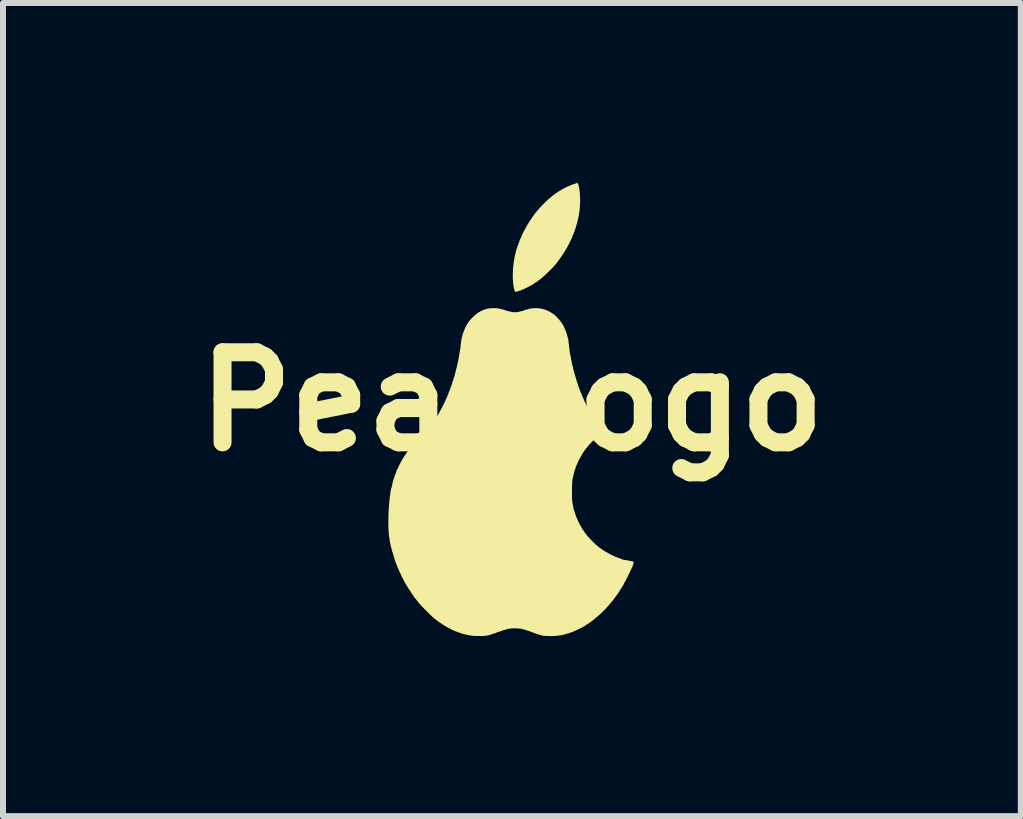
<source format=kicad_pcb>
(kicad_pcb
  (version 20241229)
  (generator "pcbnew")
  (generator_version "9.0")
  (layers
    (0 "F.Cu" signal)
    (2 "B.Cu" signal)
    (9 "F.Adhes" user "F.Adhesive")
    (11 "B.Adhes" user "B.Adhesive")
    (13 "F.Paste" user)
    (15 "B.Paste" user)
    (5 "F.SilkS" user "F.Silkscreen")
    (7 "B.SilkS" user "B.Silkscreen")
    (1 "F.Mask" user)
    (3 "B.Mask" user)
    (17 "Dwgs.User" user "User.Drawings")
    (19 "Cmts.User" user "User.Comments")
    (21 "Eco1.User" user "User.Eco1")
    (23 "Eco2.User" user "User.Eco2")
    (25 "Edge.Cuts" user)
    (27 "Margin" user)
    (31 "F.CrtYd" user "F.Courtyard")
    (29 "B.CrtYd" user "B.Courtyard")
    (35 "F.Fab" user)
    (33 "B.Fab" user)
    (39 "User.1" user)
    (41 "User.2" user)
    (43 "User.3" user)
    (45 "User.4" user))
  (footprint "PearLogo"
    (layer "F.Cu")
    (at 5.479 3.641)
    (property "Reference" "PearLogo" (at 0 0 0) (layer "F.SilkS") (effects (font (size 1.5 1.5) (thickness 0.3))))
    (attr board_only exclude_from_pos_files exclude_from_bom)
    (fp_poly (pts (xy 1.098 -3.637) (xy 1.104 -3.625) (xy 1.109 -3.61) (xy 1.122 -3.552) (xy 1.13 -3.485) (xy 1.135 -3.41) (xy 1.136 -3.331) (xy 1.132 -3.249) (xy 1.124 -3.169) (xy 1.112 -3.091) (xy 1.103 -3.049) (xy 1.091 -3) (xy 1.077 -2.95) (xy 1.063 -2.902) (xy 1.05 -2.859) (xy 1.037 -2.825) (xy 1.032 -2.811) (xy 1.016 -2.773) (xy 1.005 -2.746) (xy 1 -2.73) (xy 0.999 -2.723) (xy 0.995 -2.715) (xy 0.992 -2.714) (xy 0.986 -2.709) (xy 0.985 -2.706) (xy 0.982 -2.697) (xy 0.975 -2.68) (xy 0.965 -2.658) (xy 0.954 -2.635) (xy 0.943 -2.614) (xy 0.935 -2.599) (xy 0.931 -2.594) (xy 0.926 -2.585) (xy 0.922 -2.574) (xy 0.916 -2.56) (xy 0.912 -2.553) (xy 0.906 -2.546) (xy 0.896 -2.531) (xy 0.883 -2.51) (xy 0.881 -2.506) (xy 0.818 -2.408) (xy 0.748 -2.314) (xy 0.717 -2.275) (xy 0.698 -2.254) (xy 0.673 -2.227) (xy 0.643 -2.197) (xy 0.61 -2.164) (xy 0.576 -2.132) (xy 0.543 -2.1) (xy 0.512 -2.073) (xy 0.486 -2.05) (xy 0.466 -2.034) (xy 0.457 -2.028) (xy 0.443 -2.018) (xy 0.438 -2.014) (xy 0.42 -1.999) (xy 0.41 -1.992) (xy 0.405 -1.99) (xy 0.398 -1.987) (xy 0.385 -1.979) (xy 0.37 -1.969) (xy 0.358 -1.96) (xy 0.355 -1.957) (xy 0.345 -1.95) (xy 0.326 -1.94) (xy 0.301 -1.926) (xy 0.272 -1.911) (xy 0.242 -1.896) (xy 0.214 -1.883) (xy 0.191 -1.873) (xy 0.176 -1.867) (xy 0.174 -1.866) (xy 0.16 -1.861) (xy 0.154 -1.856) (xy 0.148 -1.851) (xy 0.139 -1.85) (xy 0.122 -1.847) (xy 0.105 -1.84) (xy 0.085 -1.832) (xy 0.067 -1.83) (xy 0.054 -1.832) (xy 0.047 -1.841) (xy 0.042 -1.855) (xy 0.028 -1.915) (xy 0.019 -1.986) (xy 0.014 -2.064) (xy 0.015 -2.147) (xy 0.019 -2.232) (xy 0.029 -2.317) (xy 0.042 -2.4) (xy 0.049 -2.433) (xy 0.06 -2.476) (xy 0.068 -2.509) (xy 0.075 -2.534) (xy 0.082 -2.552) (xy 0.084 -2.558) (xy 0.091 -2.576) (xy 0.094 -2.592) (xy 0.094 -2.593) (xy 0.097 -2.605) (xy 0.1 -2.61) (xy 0.106 -2.619) (xy 0.111 -2.634) (xy 0.111 -2.634) (xy 0.117 -2.656) (xy 0.125 -2.673) (xy 0.131 -2.69) (xy 0.134 -2.703) (xy 0.137 -2.712) (xy 0.14 -2.714) (xy 0.146 -2.72) (xy 0.151 -2.733) (xy 0.157 -2.75) (xy 0.169 -2.777) (xy 0.185 -2.81) (xy 0.203 -2.847) (xy 0.223 -2.884) (xy 0.243 -2.92) (xy 0.262 -2.952) (xy 0.276 -2.974) (xy 0.287 -2.992) (xy 0.294 -3.005) (xy 0.295 -3.009) (xy 0.3 -3.017) (xy 0.3 -3.017) (xy 0.307 -3.024) (xy 0.317 -3.037) (xy 0.327 -3.051) (xy 0.334 -3.063) (xy 0.335 -3.066) (xy 0.339 -3.074) (xy 0.342 -3.078) (xy 0.36 -3.1) (xy 0.371 -3.114) (xy 0.375 -3.121) (xy 0.375 -3.122) (xy 0.379 -3.129) (xy 0.39 -3.142) (xy 0.397 -3.151) (xy 0.413 -3.169) (xy 0.433 -3.192) (xy 0.449 -3.211) (xy 0.475 -3.24) (xy 0.508 -3.274) (xy 0.543 -3.311) (xy 0.579 -3.345) (xy 0.611 -3.374) (xy 0.623 -3.384) (xy 0.643 -3.401) (xy 0.661 -3.417) (xy 0.671 -3.426) (xy 0.682 -3.435) (xy 0.687 -3.438) (xy 0.693 -3.442) (xy 0.708 -3.452) (xy 0.727 -3.466) (xy 0.729 -3.468) (xy 0.753 -3.485) (xy 0.777 -3.501) (xy 0.794 -3.512) (xy 0.816 -3.524) (xy 0.837 -3.536) (xy 0.841 -3.539) (xy 0.873 -3.557) (xy 0.912 -3.576) (xy 0.942 -3.589) (xy 0.964 -3.598) (xy 0.985 -3.608) (xy 0.989 -3.609) (xy 1.01 -3.618) (xy 1.029 -3.623) (xy 1.045 -3.628) (xy 1.056 -3.632) (xy 1.067 -3.637) (xy 1.08 -3.641) (xy 1.091 -3.641)) (stroke (width 0) (type solid)) (fill yes) (layer "F.SilkS"))
    (fp_poly (pts (xy 0.473 -1.552) (xy 0.543 -1.535) (xy 0.566 -1.527) (xy 0.592 -1.516) (xy 0.616 -1.505) (xy 0.641 -1.49) (xy 0.671 -1.472) (xy 0.703 -1.451) (xy 0.716 -1.439) (xy 0.736 -1.421) (xy 0.758 -1.398) (xy 0.78 -1.374) (xy 0.798 -1.352) (xy 0.809 -1.338) (xy 0.82 -1.322) (xy 0.829 -1.31) (xy 0.831 -1.307) (xy 0.842 -1.292) (xy 0.855 -1.268) (xy 0.87 -1.237) (xy 0.886 -1.202) (xy 0.9 -1.167) (xy 0.912 -1.134) (xy 0.92 -1.107) (xy 0.921 -1.099) (xy 0.926 -1.079) (xy 0.931 -1.063) (xy 0.932 -1.062) (xy 0.934 -1.057) (xy 0.936 -1.048) (xy 0.938 -1.035) (xy 0.941 -1.016) (xy 0.944 -0.99) (xy 0.948 -0.954) (xy 0.953 -0.908) (xy 0.959 -0.861) (xy 0.962 -0.833) (xy 0.966 -0.81) (xy 0.968 -0.794) (xy 0.969 -0.791) (xy 0.972 -0.78) (xy 0.977 -0.759) (xy 0.982 -0.734) (xy 0.982 -0.731) (xy 0.99 -0.684) (xy 0.997 -0.649) (xy 1.002 -0.624) (xy 1.006 -0.606) (xy 1.01 -0.595) (xy 1.012 -0.589) (xy 1.018 -0.572) (xy 1.019 -0.564) (xy 1.02 -0.551) (xy 1.025 -0.53) (xy 1.029 -0.515) (xy 1.037 -0.486) (xy 1.046 -0.455) (xy 1.05 -0.442) (xy 1.058 -0.416) (xy 1.066 -0.39) (xy 1.069 -0.379) (xy 1.076 -0.355) (xy 1.082 -0.333) (xy 1.082 -0.33) (xy 1.087 -0.314) (xy 1.093 -0.305) (xy 1.093 -0.305) (xy 1.098 -0.296) (xy 1.099 -0.286) (xy 1.102 -0.27) (xy 1.109 -0.252) (xy 1.116 -0.237) (xy 1.119 -0.226) (xy 1.119 -0.225) (xy 1.122 -0.214) (xy 1.129 -0.2) (xy 1.137 -0.179) (xy 1.143 -0.161) (xy 1.147 -0.147) (xy 1.153 -0.141) (xy 1.153 -0.141) (xy 1.159 -0.135) (xy 1.159 -0.13) (xy 1.161 -0.12) (xy 1.166 -0.105) (xy 1.175 -0.083) (xy 1.19 -0.051) (xy 1.194 -0.043) (xy 1.201 -0.024) (xy 1.206 -0.011) (xy 1.206 -0.008) (xy 1.211 -0.000397) (xy 1.213 0) (xy 1.219 0.005) (xy 1.22 0.008) (xy 1.223 0.017) (xy 1.23 0.035) (xy 1.24 0.057) (xy 1.251 0.08) (xy 1.262 0.101) (xy 1.27 0.116) (xy 1.274 0.121) (xy 1.279 0.129) (xy 1.284 0.142) (xy 1.289 0.156) (xy 1.294 0.161) (xy 1.3 0.166) (xy 1.3 0.168) (xy 1.303 0.178) (xy 1.312 0.194) (xy 1.324 0.214) (xy 1.336 0.234) (xy 1.347 0.251) (xy 1.354 0.26) (xy 1.355 0.26) (xy 1.36 0.268) (xy 1.36 0.269) (xy 1.364 0.278) (xy 1.373 0.293) (xy 1.384 0.308) (xy 1.393 0.319) (xy 1.396 0.321) (xy 1.401 0.328) (xy 1.401 0.329) (xy 1.405 0.337) (xy 1.414 0.352) (xy 1.427 0.37) (xy 1.44 0.386) (xy 1.451 0.398) (xy 1.455 0.401) (xy 1.461 0.408) (xy 1.461 0.409) (xy 1.465 0.417) (xy 1.475 0.43) (xy 1.481 0.437) (xy 1.503 0.462) (xy 1.518 0.48) (xy 1.526 0.491) (xy 1.53 0.499) (xy 1.529 0.505) (xy 1.526 0.51) (xy 1.517 0.52) (xy 1.511 0.523) (xy 1.501 0.527) (xy 1.487 0.536) (xy 1.474 0.547) (xy 1.464 0.554) (xy 1.418 0.592) (xy 1.37 0.634) (xy 1.325 0.678) (xy 1.286 0.719) (xy 1.263 0.747) (xy 1.248 0.766) (xy 1.236 0.781) (xy 1.23 0.788) (xy 1.221 0.8) (xy 1.215 0.808) (xy 1.206 0.821) (xy 1.193 0.839) (xy 1.183 0.854) (xy 1.17 0.873) (xy 1.162 0.888) (xy 1.159 0.895) (xy 1.156 0.905) (xy 1.154 0.906) (xy 1.149 0.912) (xy 1.139 0.929) (xy 1.127 0.952) (xy 1.114 0.978) (xy 1.095 1.019) (xy 1.081 1.05) (xy 1.071 1.072) (xy 1.064 1.088) (xy 1.061 1.099) (xy 1.059 1.107) (xy 1.059 1.111) (xy 1.056 1.125) (xy 1.053 1.13) (xy 1.046 1.141) (xy 1.039 1.165) (xy 1.031 1.199) (xy 1.024 1.23) (xy 1.019 1.254) (xy 1.013 1.276) (xy 1.011 1.283) (xy 1.008 1.298) (xy 1.006 1.323) (xy 1.004 1.357) (xy 1.002 1.398) (xy 1.001 1.442) (xy 1 1.489) (xy 1 1.534) (xy 1 1.577) (xy 1.001 1.615) (xy 1.003 1.644) (xy 1.005 1.664) (xy 1.005 1.665) (xy 1.01 1.695) (xy 1.016 1.725) (xy 1.018 1.74) (xy 1.023 1.765) (xy 1.029 1.789) (xy 1.031 1.797) (xy 1.037 1.815) (xy 1.045 1.841) (xy 1.052 1.863) (xy 1.061 1.891) (xy 1.068 1.912) (xy 1.076 1.931) (xy 1.087 1.955) (xy 1.091 1.964) (xy 1.1 1.984) (xy 1.105 1.998) (xy 1.106 2.003) (xy 1.11 2.01) (xy 1.112 2.011) (xy 1.118 2.016) (xy 1.122 2.03) (xy 1.123 2.031) (xy 1.127 2.045) (xy 1.133 2.051) (xy 1.133 2.051) (xy 1.139 2.056) (xy 1.139 2.058) (xy 1.143 2.068) (xy 1.151 2.084) (xy 1.163 2.104) (xy 1.175 2.124) (xy 1.186 2.141) (xy 1.193 2.15) (xy 1.194 2.15) (xy 1.2 2.158) (xy 1.2 2.158) (xy 1.204 2.168) (xy 1.216 2.185) (xy 1.234 2.209) (xy 1.258 2.239) (xy 1.26 2.242) (xy 1.272 2.256) (xy 1.29 2.275) (xy 1.312 2.298) (xy 1.335 2.322) (xy 1.358 2.345) (xy 1.379 2.365) (xy 1.396 2.381) (xy 1.406 2.391) (xy 1.409 2.392) (xy 1.416 2.397) (xy 1.429 2.407) (xy 1.434 2.411) (xy 1.447 2.423) (xy 1.458 2.433) (xy 1.471 2.442) (xy 1.487 2.453) (xy 1.51 2.469) (xy 1.525 2.479) (xy 1.546 2.492) (xy 1.575 2.508) (xy 1.607 2.526) (xy 1.64 2.544) (xy 1.673 2.56) (xy 1.703 2.575) (xy 1.727 2.586) (xy 1.743 2.592) (xy 1.748 2.594) (xy 1.758 2.596) (xy 1.773 2.603) (xy 1.774 2.604) (xy 1.792 2.611) (xy 1.807 2.614) (xy 1.822 2.618) (xy 1.828 2.623) (xy 1.837 2.629) (xy 1.855 2.634) (xy 1.866 2.636) (xy 1.889 2.639) (xy 1.916 2.643) (xy 1.946 2.649) (xy 1.975 2.655) (xy 2 2.66) (xy 2.018 2.665) (xy 2.026 2.668) (xy 2.028 2.677) (xy 2.025 2.694) (xy 2.019 2.716) (xy 2.011 2.74) (xy 2.003 2.76) (xy 1.998 2.768) (xy 1.989 2.786) (xy 1.984 2.8) (xy 1.984 2.803) (xy 1.981 2.813) (xy 1.977 2.815) (xy 1.971 2.82) (xy 1.97 2.823) (xy 1.967 2.831) (xy 1.96 2.849) (xy 1.948 2.873) (xy 1.935 2.902) (xy 1.92 2.931) (xy 1.906 2.96) (xy 1.892 2.985) (xy 1.882 3.004) (xy 1.876 3.014) (xy 1.875 3.015) (xy 1.87 3.022) (xy 1.87 3.025) (xy 1.866 3.034) (xy 1.857 3.051) (xy 1.846 3.069) (xy 1.834 3.088) (xy 1.826 3.103) (xy 1.823 3.11) (xy 1.818 3.116) (xy 1.816 3.116) (xy 1.81 3.122) (xy 1.809 3.124) (xy 1.806 3.132) (xy 1.797 3.148) (xy 1.784 3.169) (xy 1.769 3.191) (xy 1.755 3.212) (xy 1.744 3.228) (xy 1.736 3.237) (xy 1.73 3.244) (xy 1.72 3.258) (xy 1.714 3.268) (xy 1.7 3.287) (xy 1.688 3.303) (xy 1.684 3.308) (xy 1.673 3.32) (xy 1.658 3.338) (xy 1.646 3.354) (xy 1.599 3.409) (xy 1.545 3.467) (xy 1.486 3.525) (xy 1.428 3.578) (xy 1.384 3.614) (xy 1.375 3.622) (xy 1.36 3.633) (xy 1.357 3.636) (xy 1.339 3.651) (xy 1.317 3.667) (xy 1.31 3.671) (xy 1.294 3.683) (xy 1.283 3.692) (xy 1.281 3.694) (xy 1.274 3.699) (xy 1.273 3.699) (xy 1.264 3.703) (xy 1.249 3.711) (xy 1.234 3.722) (xy 1.222 3.731) (xy 1.22 3.733) (xy 1.21 3.739) (xy 1.191 3.75) (xy 1.166 3.764) (xy 1.137 3.778) (xy 1.107 3.793) (xy 1.078 3.806) (xy 1.055 3.817) (xy 1.04 3.823) (xy 1.037 3.824) (xy 1.024 3.829) (xy 1.019 3.834) (xy 1.013 3.839) (xy 1.004 3.84) (xy 0.986 3.843) (xy 0.971 3.849) (xy 0.953 3.857) (xy 0.93 3.863) (xy 0.928 3.863) (xy 0.909 3.867) (xy 0.896 3.872) (xy 0.895 3.873) (xy 0.883 3.877) (xy 0.86 3.883) (xy 0.83 3.889) (xy 0.795 3.895) (xy 0.757 3.9) (xy 0.751 3.901) (xy 0.723 3.904) (xy 0.69 3.905) (xy 0.652 3.906) (xy 0.614 3.905) (xy 0.577 3.904) (xy 0.543 3.902) (xy 0.517 3.9) (xy 0.499 3.897) (xy 0.494 3.894) (xy 0.481 3.888) (xy 0.475 3.887) (xy 0.461 3.885) (xy 0.44 3.879) (xy 0.413 3.871) (xy 0.386 3.861) (xy 0.363 3.852) (xy 0.358 3.85) (xy 0.341 3.843) (xy 0.33 3.84) (xy 0.33 3.84) (xy 0.32 3.837) (xy 0.304 3.83) (xy 0.304 3.83) (xy 0.287 3.823) (xy 0.274 3.82) (xy 0.26 3.817) (xy 0.244 3.81) (xy 0.226 3.803) (xy 0.212 3.8) (xy 0.196 3.797) (xy 0.187 3.793) (xy 0.168 3.787) (xy 0.14 3.782) (xy 0.105 3.779) (xy 0.065 3.777) (xy 0.026 3.777) (xy -0.011 3.779) (xy -0.019 3.78) (xy -0.047 3.783) (xy -0.071 3.787) (xy -0.086 3.791) (xy -0.09 3.793) (xy -0.101 3.797) (xy -0.119 3.802) (xy -0.124 3.803) (xy -0.143 3.807) (xy -0.156 3.812) (xy -0.157 3.813) (xy -0.167 3.817) (xy -0.185 3.824) (xy -0.209 3.831) (xy -0.214 3.833) (xy -0.239 3.841) (xy -0.259 3.849) (xy -0.27 3.854) (xy -0.271 3.855) (xy -0.283 3.86) (xy -0.287 3.86) (xy -0.299 3.863) (xy -0.316 3.869) (xy -0.317 3.869) (xy -0.351 3.881) (xy -0.394 3.893) (xy -0.432 3.9) (xy -0.457 3.903) (xy -0.491 3.905) (xy -0.531 3.905) (xy -0.573 3.905) (xy -0.614 3.904) (xy -0.649 3.902) (xy -0.667 3.9) (xy -0.716 3.892) (xy -0.767 3.882) (xy -0.816 3.869) (xy -0.858 3.856) (xy -0.88 3.848) (xy -0.895 3.842) (xy -0.904 3.84) (xy -0.914 3.837) (xy -0.929 3.83) (xy -0.929 3.83) (xy -0.946 3.823) (xy -0.96 3.82) (xy -0.97 3.817) (xy -0.972 3.814) (xy -0.978 3.808) (xy -0.991 3.803) (xy -0.992 3.803) (xy -1.006 3.799) (xy -1.012 3.794) (xy -1.012 3.793) (xy -1.018 3.788) (xy -1.03 3.783) (xy -1.045 3.779) (xy -1.052 3.774) (xy -1.06 3.769) (xy -1.075 3.76) (xy -1.086 3.754) (xy -1.104 3.744) (xy -1.128 3.729) (xy -1.154 3.712) (xy -1.18 3.696) (xy -1.202 3.681) (xy -1.216 3.671) (xy -1.216 3.671) (xy -1.226 3.664) (xy -1.241 3.653) (xy -1.245 3.65) (xy -1.27 3.631) (xy -1.296 3.61) (xy -1.325 3.585) (xy -1.358 3.554) (xy -1.397 3.516) (xy -1.424 3.488) (xy -1.46 3.452) (xy -1.488 3.423) (xy -1.511 3.4) (xy -1.53 3.379) (xy -1.547 3.359) (xy -1.564 3.337) (xy -1.584 3.312) (xy -1.59 3.304) (xy -1.606 3.284) (xy -1.62 3.268) (xy -1.628 3.259) (xy -1.629 3.258) (xy -1.635 3.251) (xy -1.635 3.25) (xy -1.639 3.24) (xy -1.648 3.225) (xy -1.659 3.21) (xy -1.668 3.2) (xy -1.67 3.198) (xy -1.675 3.19) (xy -1.675 3.189) (xy -1.679 3.181) (xy -1.688 3.166) (xy -1.698 3.151) (xy -1.707 3.139) (xy -1.709 3.136) (xy -1.715 3.128) (xy -1.718 3.123) (xy -1.73 3.102) (xy -1.742 3.082) (xy -1.747 3.075) (xy -1.757 3.06) (xy -1.772 3.034) (xy -1.79 3.001) (xy -1.81 2.963) (xy -1.831 2.921) (xy -1.852 2.877) (xy -1.872 2.835) (xy -1.889 2.797) (xy -1.904 2.763) (xy -1.91 2.748) (xy -1.919 2.725) (xy -1.926 2.706) (xy -1.93 2.697) (xy -1.936 2.681) (xy -1.945 2.655) (xy -1.955 2.625) (xy -1.965 2.594) (xy -1.974 2.566) (xy -1.979 2.545) (xy -1.981 2.54) (xy -1.985 2.522) (xy -1.99 2.511) (xy -1.99 2.51) (xy -1.995 2.5) (xy -1.999 2.481) (xy -2.001 2.473) (xy -2.004 2.453) (xy -2.008 2.439) (xy -2.01 2.436) (xy -2.014 2.425) (xy -2.019 2.4) (xy -2.027 2.362) (xy -2.037 2.311) (xy -2.041 2.285) (xy -2.05 2.22) (xy -2.056 2.143) (xy -2.059 2.057) (xy -2.059 1.965) (xy -2.057 1.868) (xy -2.051 1.769) (xy -2.043 1.669) (xy -2.032 1.571) (xy -2.024 1.511) (xy -2.019 1.484) (xy -2.015 1.461) (xy -2.011 1.446) (xy -2.01 1.444) (xy -2.005 1.43) (xy -2 1.409) (xy -1.998 1.397) (xy -1.99 1.362) (xy -1.983 1.33) (xy -1.976 1.306) (xy -1.971 1.293) (xy -1.966 1.28) (xy -1.961 1.261) (xy -1.96 1.26) (xy -1.955 1.241) (xy -1.95 1.227) (xy -1.949 1.227) (xy -1.943 1.213) (xy -1.935 1.191) (xy -1.926 1.167) (xy -1.92 1.146) (xy -1.919 1.141) (xy -1.914 1.129) (xy -1.909 1.126) (xy -1.904 1.121) (xy -1.903 1.118) (xy -1.9 1.108) (xy -1.892 1.089) (xy -1.88 1.064) (xy -1.865 1.035) (xy -1.85 1.006) (xy -1.835 0.979) (xy -1.822 0.956) (xy -1.816 0.947) (xy -1.805 0.929) (xy -1.798 0.916) (xy -1.796 0.912) (xy -1.791 0.904) (xy -1.791 0.904) (xy -1.783 0.896) (xy -1.773 0.883) (xy -1.763 0.867) (xy -1.757 0.855) (xy -1.756 0.852) (xy -1.751 0.844) (xy -1.75 0.843) (xy -1.744 0.837) (xy -1.731 0.823) (xy -1.715 0.803) (xy -1.709 0.795) (xy -1.692 0.773) (xy -1.676 0.753) (xy -1.665 0.74) (xy -1.663 0.738) (xy -1.651 0.725) (xy -1.637 0.708) (xy -1.635 0.705) (xy -1.624 0.692) (xy -1.605 0.671) (xy -1.58 0.644) (xy -1.55 0.612) (xy -1.518 0.578) (xy -1.485 0.543) (xy -1.453 0.509) (xy -1.434 0.49) (xy -1.406 0.46) (xy -1.385 0.438) (xy -1.37 0.419) (xy -1.358 0.402) (xy -1.353 0.395) (xy -1.341 0.379) (xy -1.332 0.368) (xy -1.32 0.352) (xy -1.307 0.334) (xy -1.297 0.318) (xy -1.293 0.309) (xy -1.293 0.309) (xy -1.288 0.302) (xy -1.287 0.302) (xy -1.279 0.296) (xy -1.273 0.287) (xy -1.264 0.268) (xy -1.254 0.251) (xy -1.246 0.241) (xy -1.24 0.233) (xy -1.23 0.217) (xy -1.217 0.195) (xy -1.204 0.171) (xy -1.192 0.148) (xy -1.182 0.131) (xy -1.174 0.114) (xy -1.167 0.102) (xy -1.165 0.1) (xy -1.16 0.092) (xy -1.156 0.079) (xy -1.151 0.065) (xy -1.146 0.06) (xy -1.141 0.055) (xy -1.136 0.041) (xy -1.136 0.04) (xy -1.131 0.026) (xy -1.125 0.02) (xy -1.125 0.02) (xy -1.12 0.015) (xy -1.119 0.012) (xy -1.117 0.002) (xy -1.11 -0.015) (xy -1.105 -0.026) (xy -1.095 -0.047) (xy -1.088 -0.065) (xy -1.085 -0.07) (xy -1.079 -0.084) (xy -1.071 -0.105) (xy -1.066 -0.115) (xy -1.058 -0.135) (xy -1.053 -0.151) (xy -1.052 -0.157) (xy -1.049 -0.168) (xy -1.046 -0.171) (xy -1.04 -0.179) (xy -1.035 -0.195) (xy -1.035 -0.195) (xy -1.029 -0.217) (xy -1.021 -0.233) (xy -1.015 -0.249) (xy -1.012 -0.259) (xy -1.009 -0.27) (xy -1.002 -0.285) (xy -1.002 -0.286) (xy -0.995 -0.306) (xy -0.992 -0.323) (xy -0.99 -0.337) (xy -0.986 -0.342) (xy -0.981 -0.348) (xy -0.976 -0.363) (xy -0.975 -0.37) (xy -0.971 -0.389) (xy -0.966 -0.403) (xy -0.965 -0.405) (xy -0.961 -0.415) (xy -0.955 -0.434) (xy -0.952 -0.446) (xy -0.946 -0.472) (xy -0.938 -0.502) (xy -0.934 -0.519) (xy -0.923 -0.564) (xy -0.914 -0.597) (xy -0.908 -0.624) (xy -0.903 -0.646) (xy -0.899 -0.666) (xy -0.894 -0.687) (xy -0.894 -0.69) (xy -0.888 -0.723) (xy -0.881 -0.758) (xy -0.877 -0.784) (xy -0.873 -0.813) (xy -0.868 -0.841) (xy -0.864 -0.858) (xy -0.861 -0.88) (xy -0.857 -0.909) (xy -0.854 -0.939) (xy -0.854 -0.942) (xy -0.847 -1) (xy -0.836 -1.059) (xy -0.822 -1.116) (xy -0.805 -1.165) (xy -0.8 -1.177) (xy -0.794 -1.192) (xy -0.791 -1.201) (xy -0.791 -1.201) (xy -0.788 -1.21) (xy -0.78 -1.227) (xy -0.77 -1.247) (xy -0.76 -1.267) (xy -0.751 -1.283) (xy -0.75 -1.283) (xy -0.74 -1.299) (xy -0.733 -1.312) (xy -0.733 -1.312) (xy -0.721 -1.331) (xy -0.702 -1.354) (xy -0.678 -1.38) (xy -0.651 -1.408) (xy -0.623 -1.434) (xy -0.595 -1.458) (xy -0.571 -1.477) (xy -0.551 -1.49) (xy -0.538 -1.495) (xy -0.53 -1.498) (xy -0.529 -1.501) (xy -0.524 -1.506) (xy -0.51 -1.511) (xy -0.509 -1.511) (xy -0.495 -1.516) (xy -0.489 -1.521) (xy -0.489 -1.521) (xy -0.483 -1.526) (xy -0.469 -1.53) (xy -0.464 -1.531) (xy -0.446 -1.536) (xy -0.433 -1.541) (xy -0.432 -1.542) (xy -0.42 -1.546) (xy -0.398 -1.55) (xy -0.369 -1.554) (xy -0.336 -1.556) (xy -0.302 -1.558) (xy -0.271 -1.557) (xy -0.246 -1.555) (xy -0.244 -1.555) (xy -0.204 -1.548) (xy -0.162 -1.537) (xy -0.125 -1.526) (xy -0.111 -1.521) (xy -0.098 -1.517) (xy -0.076 -1.511) (xy -0.05 -1.504) (xy -0.042 -1.502) (xy 0.022 -1.49) (xy 0.077 -1.489) (xy 0.111 -1.495) (xy 0.135 -1.501) (xy 0.162 -1.508) (xy 0.168 -1.509) (xy 0.187 -1.514) (xy 0.201 -1.52) (xy 0.204 -1.521) (xy 0.215 -1.526) (xy 0.233 -1.53) (xy 0.238 -1.531) (xy 0.257 -1.535) (xy 0.27 -1.54) (xy 0.271 -1.541) (xy 0.281 -1.545) (xy 0.3 -1.549) (xy 0.325 -1.553) (xy 0.333 -1.554) (xy 0.402 -1.558)) (stroke (width 0) (type solid)) (fill yes) (layer "F.SilkS")))
  (gr_rect
    (start -3 -3)
    (end 13.957 10.547)
    (stroke (width 0.1) (type default))
    (fill no)
    (layer "Edge.Cuts")))
</source>
